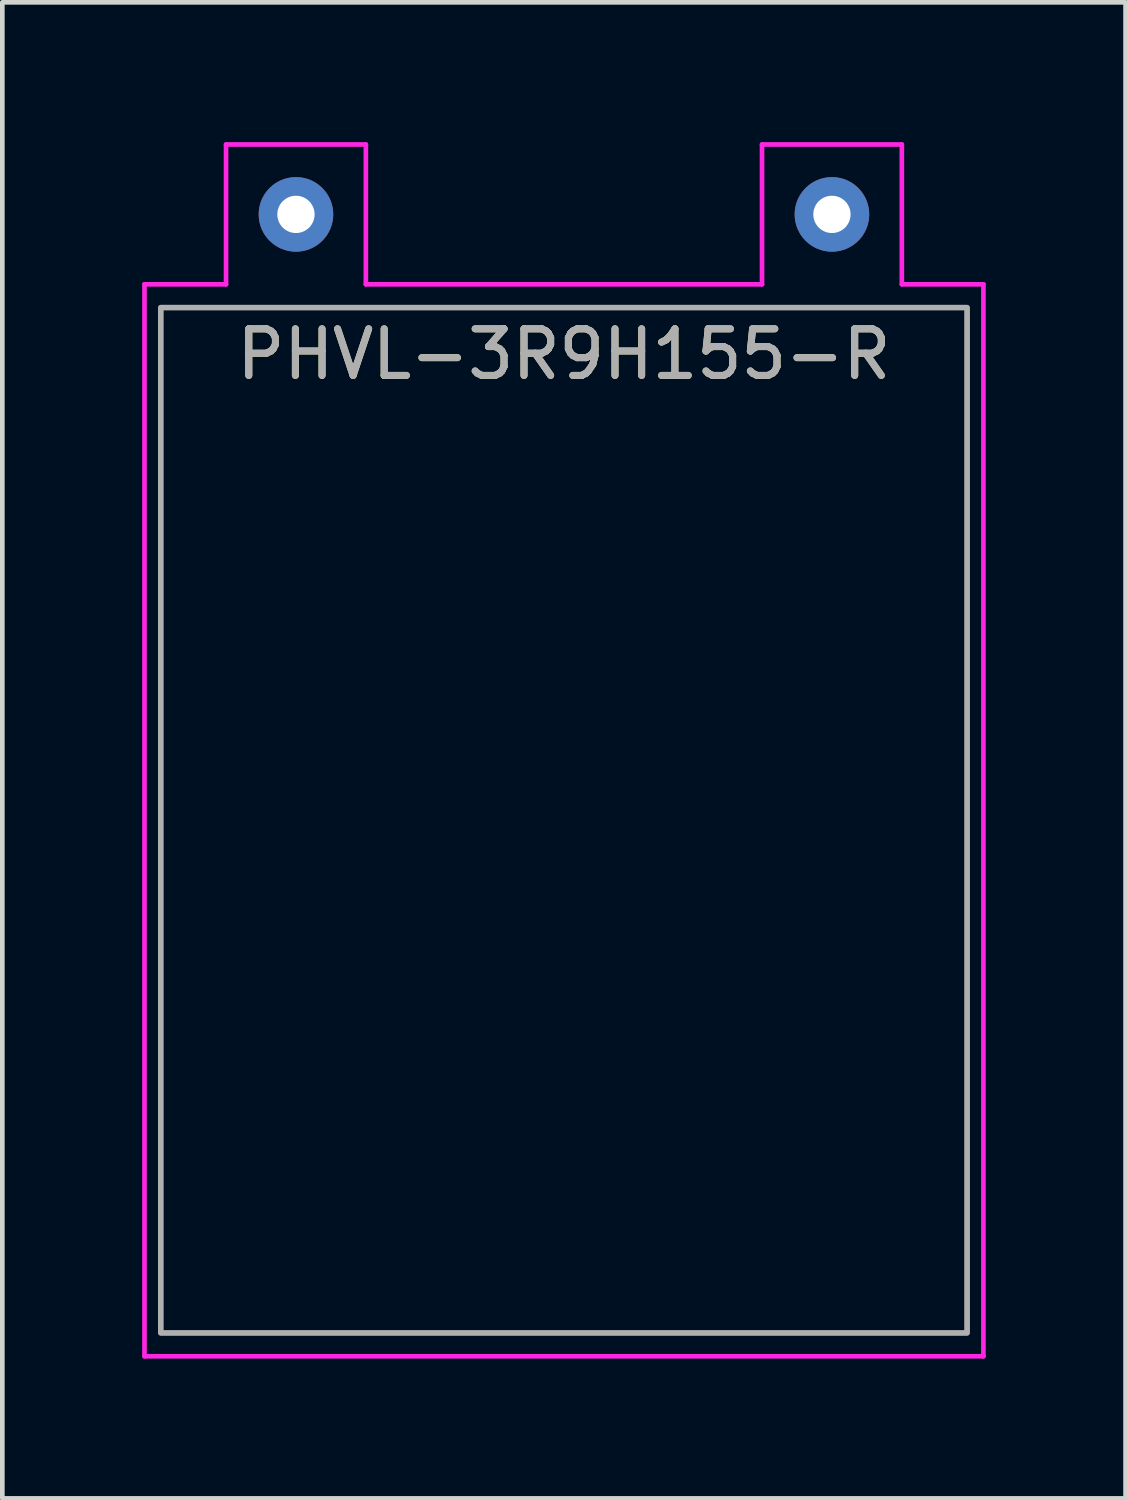
<source format=kicad_pcb>
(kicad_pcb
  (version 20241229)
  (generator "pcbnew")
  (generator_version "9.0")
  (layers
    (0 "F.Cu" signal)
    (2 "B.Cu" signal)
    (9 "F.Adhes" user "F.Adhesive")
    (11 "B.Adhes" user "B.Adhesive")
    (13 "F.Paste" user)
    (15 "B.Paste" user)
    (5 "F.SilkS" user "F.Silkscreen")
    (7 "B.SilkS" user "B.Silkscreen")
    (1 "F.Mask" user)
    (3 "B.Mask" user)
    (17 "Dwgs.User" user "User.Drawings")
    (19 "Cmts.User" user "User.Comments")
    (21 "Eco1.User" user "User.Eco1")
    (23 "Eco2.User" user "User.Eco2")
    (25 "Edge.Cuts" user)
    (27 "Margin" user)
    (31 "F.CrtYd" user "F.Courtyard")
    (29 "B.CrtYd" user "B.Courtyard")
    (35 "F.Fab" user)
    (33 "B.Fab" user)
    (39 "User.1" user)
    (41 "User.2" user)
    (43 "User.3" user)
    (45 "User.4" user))
  (footprint "PHVL-3R9H155-R"
    (layer "F.Cu")
    (at 9.05 1.55)
    (property "Reference" "PHVL-3R9H155-R" (at 0 3 180) (layer "F.SilkS") (effects (font (size 1 1) (thickness 0.15))))
    (attr through_hole exclude_from_pos_files)
    (fp_line (start -9 24.5) (end -9 1.5) (stroke (width 0.1) (type solid)) (layer "F.CrtYd"))
    (fp_line (start -7.25 -1.5) (end -4.25 -1.5) (stroke (width 0.1) (type solid)) (layer "F.CrtYd"))
    (fp_line (start -7.25 1.5) (end -9 1.5) (stroke (width 0.1) (type solid)) (layer "F.CrtYd"))
    (fp_line (start -7.25 1.5) (end -7.25 -1.5) (stroke (width 0.1) (type solid)) (layer "F.CrtYd"))
    (fp_line (start -4.25 -1.5) (end -4.25 1.5) (stroke (width 0.1) (type solid)) (layer "F.CrtYd"))
    (fp_line (start 4.25 -1.5) (end 7.25 -1.5) (stroke (width 0.1) (type solid)) (layer "F.CrtYd"))
    (fp_line (start 4.25 1.5) (end -4.25 1.5) (stroke (width 0.1) (type solid)) (layer "F.CrtYd"))
    (fp_line (start 4.25 1.5) (end 4.25 -1.5) (stroke (width 0.1) (type solid)) (layer "F.CrtYd"))
    (fp_line (start 7.25 -1.5) (end 7.25 1.5) (stroke (width 0.1) (type solid)) (layer "F.CrtYd"))
    (fp_line (start 9 1.5) (end 7.25 1.5) (stroke (width 0.1) (type solid)) (layer "F.CrtYd"))
    (fp_line (start 9 1.5) (end 9 24.5) (stroke (width 0.1) (type solid)) (layer "F.CrtYd"))
    (fp_line (start 9 24.5) (end -9 24.5) (stroke (width 0.1) (type solid)) (layer "F.CrtYd"))
    (fp_rect (start -8.65 2) (end 8.65 24) (stroke (width 0.1) (type solid)) (fill no) (layer "F.Fab"))
    (fp_rect (start -8.65 2) (end 8.65 24) (stroke (width 0.12) (type solid)) (fill no) (layer "F.Fab"))
    (fp_text user "${REFERENCE}" (at 0 3 180) (layer "F.Fab") (effects (font (size 1 1) (thickness 0.15))))
    (pad "1" thru_hole circle (at 5.75 0) (size 1.6 1.6) (drill 0.8) (layers "*.Cu" "*.Mask"))
    (pad "2" thru_hole circle (at -5.75 0) (size 1.6 1.6) (drill 0.8) (layers "*.Cu" "*.Mask")))
  (gr_rect
    (start -3 -3)
    (end 21.1 29.1)
    (stroke (width 0.1) (type default))
    (fill no)
    (layer "Edge.Cuts")))
</source>
